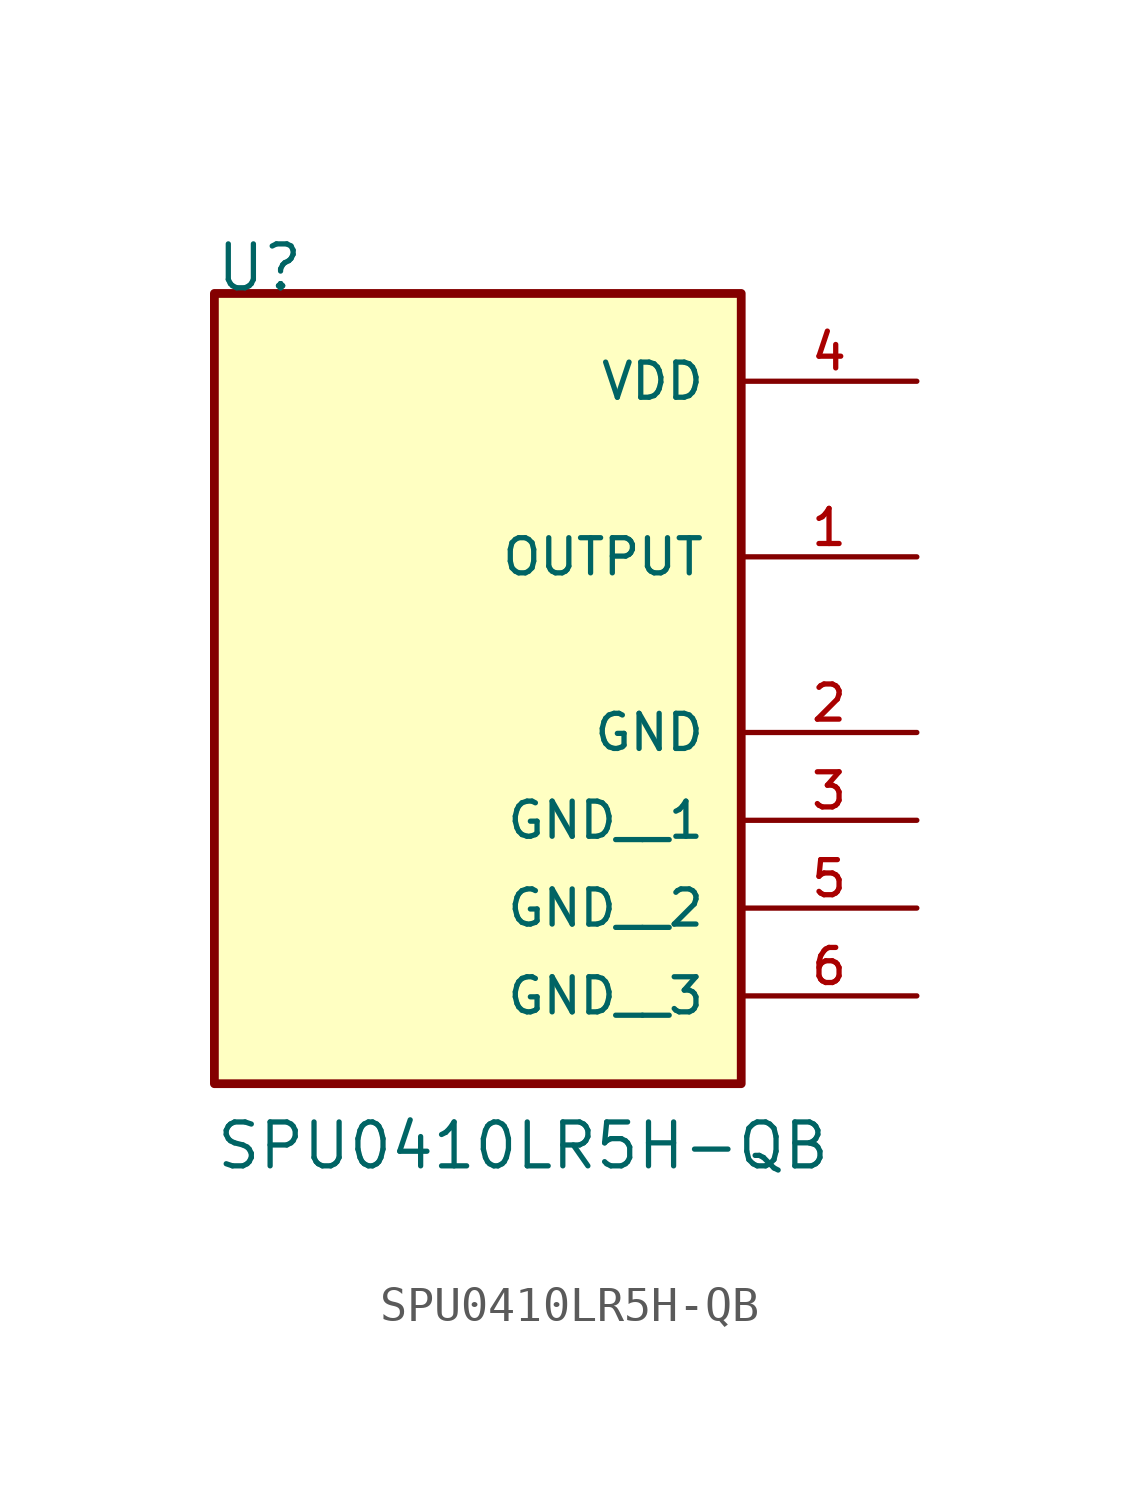
<source format=kicad_sym>
(kicad_symbol_lib
  (version 20211014)
  (generator kicad_symbol_editor)
  (symbol "SPU0410LR5H-QB"
    (pin_names
      (offset 1.016))
    (property "Reference" "U"
      (at -7.62 7.62 0)
      (effects (font (size 1.27 1.27)) (justify bottom left)))
    (property "Value" "SPU0410LR5H-QB"
      (at -7.62 -17.78 0)
      (effects (font (size 1.27 1.27)) (justify bottom left)))
    (symbol "SPU0410LR5H-QB_0_0"
      (rectangle (start -7.62 -15.24) (end 7.62 7.62) (stroke (width 0.254)) (fill (type background)))
      (pin output line (at 12.7 0.0 180.0) (length 5.08) (name "OUTPUT" (effects (font (size 1.016 1.016)))) (number "1" (effects (font (size 1.016 1.016)))))
      (pin power_in line (at 12.7 5.08 180.0) (length 5.08) (name "VDD" (effects (font (size 1.016 1.016)))) (number "4" (effects (font (size 1.016 1.016)))))
      (pin power_in line (at 12.7 -5.08 180.0) (length 5.08) (name "GND" (effects (font (size 1.016 1.016)))) (number "2" (effects (font (size 1.016 1.016)))))
      (pin power_in line (at 12.7 -7.62 180.0) (length 5.08) (name "GND__1" (effects (font (size 1.016 1.016)))) (number "3" (effects (font (size 1.016 1.016)))))
      (pin power_in line (at 12.7 -10.16 180.0) (length 5.08) (name "GND__2" (effects (font (size 1.016 1.016)))) (number "5" (effects (font (size 1.016 1.016)))))
      (pin power_in line (at 12.7 -12.7 180.0) (length 5.08) (name "GND__3" (effects (font (size 1.016 1.016)))) (number "6" (effects (font (size 1.016 1.016))))))))
</source>
